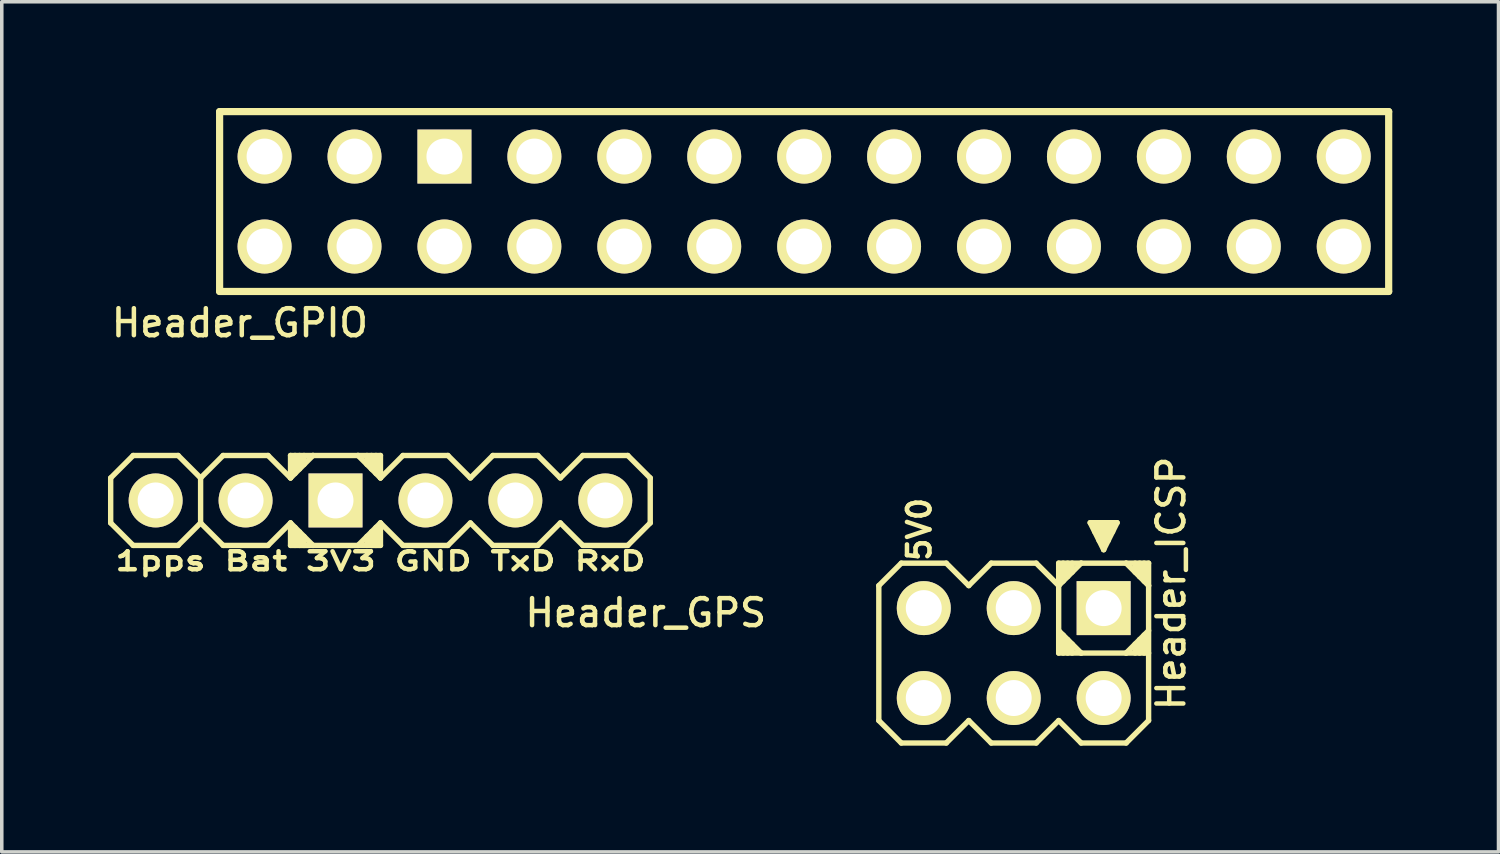
<source format=kicad_pcb>
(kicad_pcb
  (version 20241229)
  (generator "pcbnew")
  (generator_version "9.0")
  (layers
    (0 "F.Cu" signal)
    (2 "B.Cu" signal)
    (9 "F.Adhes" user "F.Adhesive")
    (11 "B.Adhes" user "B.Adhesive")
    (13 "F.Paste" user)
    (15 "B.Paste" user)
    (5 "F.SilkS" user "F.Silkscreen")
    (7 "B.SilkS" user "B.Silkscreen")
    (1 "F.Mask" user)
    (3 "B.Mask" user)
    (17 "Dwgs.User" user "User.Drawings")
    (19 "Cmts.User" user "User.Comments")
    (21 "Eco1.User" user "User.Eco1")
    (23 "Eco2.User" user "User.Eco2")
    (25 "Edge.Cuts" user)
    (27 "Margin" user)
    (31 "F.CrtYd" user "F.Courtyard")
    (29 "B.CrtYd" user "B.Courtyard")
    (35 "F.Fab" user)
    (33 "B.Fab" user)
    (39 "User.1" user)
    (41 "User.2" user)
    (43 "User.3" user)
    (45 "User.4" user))
  (footprint "Header_GPS"
    (layer "F.Cu")
    (at 7.696 11.085)
    (property "Reference" "Header_GPS" (at 7.493 3.175 0) (layer "F.SilkS") (effects (font (size 0.762 0.762) (thickness 0.127))))
    (attr smd)
    (fp_line (start -7.62 -0.635) (end -7.62 0.635) (stroke (width 0.152) (type solid)) (layer "F.SilkS"))
    (fp_line (start -7.62 0.635) (end -6.985 1.27) (stroke (width 0.152) (type solid)) (layer "F.SilkS"))
    (fp_line (start -6.985 -1.27) (end -7.62 -0.635) (stroke (width 0.152) (type solid)) (layer "F.SilkS"))
    (fp_line (start -6.985 1.27) (end -5.715 1.27) (stroke (width 0.152) (type solid)) (layer "F.SilkS"))
    (fp_line (start -5.715 -1.27) (end -6.985 -1.27) (stroke (width 0.152) (type solid)) (layer "F.SilkS"))
    (fp_line (start -5.715 1.27) (end -5.08 0.635) (stroke (width 0.152) (type solid)) (layer "F.SilkS"))
    (fp_line (start -5.08 -0.635) (end -5.715 -1.27) (stroke (width 0.152) (type solid)) (layer "F.SilkS"))
    (fp_line (start -5.08 -0.635) (end -5.08 0.635) (stroke (width 0.152) (type solid)) (layer "F.SilkS"))
    (fp_line (start -5.08 0.635) (end -4.445 1.27) (stroke (width 0.152) (type solid)) (layer "F.SilkS"))
    (fp_line (start -4.445 -1.27) (end -5.08 -0.635) (stroke (width 0.152) (type solid)) (layer "F.SilkS"))
    (fp_line (start -4.445 1.27) (end -3.175 1.27) (stroke (width 0.152) (type solid)) (layer "F.SilkS"))
    (fp_line (start -3.175 -1.27) (end -4.445 -1.27) (stroke (width 0.152) (type solid)) (layer "F.SilkS"))
    (fp_line (start -3.175 1.27) (end -2.54 0.635) (stroke (width 0.152) (type solid)) (layer "F.SilkS"))
    (fp_line (start -2.54 -1.27) (end -1.905 -1.27) (stroke (width 0.152) (type solid)) (layer "F.SilkS"))
    (fp_line (start -2.54 -0.635) (end -3.175 -1.27) (stroke (width 0.152) (type solid)) (layer "F.SilkS"))
    (fp_line (start -2.54 -0.635) (end -2.54 -1.27) (stroke (width 0.152) (type solid)) (layer "F.SilkS"))
    (fp_line (start -2.54 0.635) (end -2.54 1.27) (stroke (width 0.152) (type solid)) (layer "F.SilkS"))
    (fp_line (start -2.54 0.635) (end -1.905 1.27) (stroke (width 0.152) (type solid)) (layer "F.SilkS"))
    (fp_line (start -2.54 1.27) (end -1.905 1.27) (stroke (width 0.152) (type solid)) (layer "F.SilkS"))
    (fp_line (start -2.413 -1.27) (end -2.413 -0.762) (stroke (width 0.152) (type solid)) (layer "F.SilkS"))
    (fp_line (start -2.413 1.27) (end -2.413 0.762) (stroke (width 0.152) (type solid)) (layer "F.SilkS"))
    (fp_line (start -2.286 -1.27) (end -2.286 -0.889) (stroke (width 0.152) (type solid)) (layer "F.SilkS"))
    (fp_line (start -2.286 1.27) (end -2.286 0.889) (stroke (width 0.152) (type solid)) (layer "F.SilkS"))
    (fp_line (start -2.159 -1.27) (end -2.159 -1.016) (stroke (width 0.152) (type solid)) (layer "F.SilkS"))
    (fp_line (start -2.159 1.27) (end -2.159 1.016) (stroke (width 0.152) (type solid)) (layer "F.SilkS"))
    (fp_line (start -1.905 -1.27) (end -2.54 -0.635) (stroke (width 0.152) (type solid)) (layer "F.SilkS"))
    (fp_line (start -1.905 1.27) (end -0.635 1.27) (stroke (width 0.152) (type solid)) (layer "F.SilkS"))
    (fp_line (start -0.635 -1.27) (end -1.905 -1.27) (stroke (width 0.152) (type solid)) (layer "F.SilkS"))
    (fp_line (start -0.635 -1.27) (end 0 -1.27) (stroke (width 0.152) (type solid)) (layer "F.SilkS"))
    (fp_line (start -0.635 1.27) (end 0 0.635) (stroke (width 0.152) (type solid)) (layer "F.SilkS"))
    (fp_line (start -0.381 -1.27) (end -0.381 -1.016) (stroke (width 0.152) (type solid)) (layer "F.SilkS"))
    (fp_line (start -0.381 1.27) (end -0.381 1.016) (stroke (width 0.152) (type solid)) (layer "F.SilkS"))
    (fp_line (start -0.254 -1.27) (end -0.254 -0.889) (stroke (width 0.152) (type solid)) (layer "F.SilkS"))
    (fp_line (start -0.254 1.27) (end -0.254 0.889) (stroke (width 0.152) (type solid)) (layer "F.SilkS"))
    (fp_line (start -0.127 -1.27) (end -0.127 -0.762) (stroke (width 0.152) (type solid)) (layer "F.SilkS"))
    (fp_line (start -0.127 1.27) (end -0.127 0.762) (stroke (width 0.152) (type solid)) (layer "F.SilkS"))
    (fp_line (start 0 -1.27) (end 0 -0.635) (stroke (width 0.152) (type solid)) (layer "F.SilkS"))
    (fp_line (start 0 -0.635) (end -0.635 -1.27) (stroke (width 0.152) (type solid)) (layer "F.SilkS"))
    (fp_line (start 0 0.635) (end 0 1.27) (stroke (width 0.152) (type solid)) (layer "F.SilkS"))
    (fp_line (start 0 0.635) (end 0.635 1.27) (stroke (width 0.152) (type solid)) (layer "F.SilkS"))
    (fp_line (start 0 1.27) (end -0.635 1.27) (stroke (width 0.152) (type solid)) (layer "F.SilkS"))
    (fp_line (start 0.635 -1.27) (end 0 -0.635) (stroke (width 0.152) (type solid)) (layer "F.SilkS"))
    (fp_line (start 0.635 1.27) (end 1.905 1.27) (stroke (width 0.152) (type solid)) (layer "F.SilkS"))
    (fp_line (start 1.905 -1.27) (end 0.635 -1.27) (stroke (width 0.152) (type solid)) (layer "F.SilkS"))
    (fp_line (start 1.905 1.27) (end 2.54 0.635) (stroke (width 0.152) (type solid)) (layer "F.SilkS"))
    (fp_line (start 2.54 -0.635) (end 1.905 -1.27) (stroke (width 0.152) (type solid)) (layer "F.SilkS"))
    (fp_line (start 2.54 0.635) (end 3.175 1.27) (stroke (width 0.152) (type solid)) (layer "F.SilkS"))
    (fp_line (start 3.175 -1.27) (end 2.54 -0.635) (stroke (width 0.152) (type solid)) (layer "F.SilkS"))
    (fp_line (start 3.175 1.27) (end 4.445 1.27) (stroke (width 0.152) (type solid)) (layer "F.SilkS"))
    (fp_line (start 4.445 -1.27) (end 3.175 -1.27) (stroke (width 0.152) (type solid)) (layer "F.SilkS"))
    (fp_line (start 4.445 1.27) (end 5.08 0.635) (stroke (width 0.152) (type solid)) (layer "F.SilkS"))
    (fp_line (start 5.08 -0.635) (end 4.445 -1.27) (stroke (width 0.152) (type solid)) (layer "F.SilkS"))
    (fp_line (start 5.08 0.635) (end 5.715 1.27) (stroke (width 0.152) (type solid)) (layer "F.SilkS"))
    (fp_line (start 5.715 -1.27) (end 5.08 -0.635) (stroke (width 0.152) (type solid)) (layer "F.SilkS"))
    (fp_line (start 5.715 1.27) (end 6.985 1.27) (stroke (width 0.152) (type solid)) (layer "F.SilkS"))
    (fp_line (start 6.985 -1.27) (end 5.715 -1.27) (stroke (width 0.152) (type solid)) (layer "F.SilkS"))
    (fp_line (start 6.985 1.27) (end 7.62 0.635) (stroke (width 0.152) (type solid)) (layer "F.SilkS"))
    (fp_line (start 7.62 -0.635) (end 6.985 -1.27) (stroke (width 0.152) (type solid)) (layer "F.SilkS"))
    (fp_line (start 7.62 0.635) (end 7.62 -0.635) (stroke (width 0.152) (type solid)) (layer "F.SilkS"))
    (fp_text user "1pps Bat 3V3 GND TxD RxD" (at 0 1.714 0) (layer "F.SilkS") (effects (font (size 0.508 0.711) (thickness 0.127))))
    (pad "1" thru_hole circle (at -6.35 0) (size 1.524 1.524) (drill 1.016) (layers "*.Cu" "*.Mask" "F.SilkS"))
    (pad "2" thru_hole circle (at -3.81 0) (size 1.524 1.524) (drill 1.016) (layers "*.Cu" "*.Mask" "F.SilkS"))
    (pad "3" thru_hole rect (at -1.27 0) (size 1.524 1.524) (drill 1.016) (layers "*.Cu" "*.Mask" "F.SilkS"))
    (pad "4" thru_hole circle (at 1.27 0) (size 1.524 1.524) (drill 1.016) (layers "*.Cu" "*.Mask" "F.SilkS"))
    (pad "5" thru_hole circle (at 3.81 0) (size 1.524 1.524) (drill 1.016) (layers "*.Cu" "*.Mask" "F.SilkS"))
    (pad "6" thru_hole circle (at 6.35 0) (size 1.524 1.524) (drill 1.016) (layers "*.Cu" "*.Mask" "F.SilkS")))
  (footprint "Header_GPIO"
    (layer "F.Cu")
    (at 19.663 2.642)
    (property "Reference" "Header_GPIO" (at -15.938 3.429 0) (layer "F.SilkS") (effects (font (size 0.762 0.762) (thickness 0.127))))
    (attr smd)
    (fp_line (start -16.51 -2.54) (end -16.51 2.54) (stroke (width 0.203) (type solid)) (layer "F.SilkS"))
    (fp_line (start -16.51 2.54) (end 16.51 2.54) (stroke (width 0.203) (type solid)) (layer "F.SilkS"))
    (fp_line (start 16.51 -2.54) (end -16.51 -2.54) (stroke (width 0.203) (type solid)) (layer "F.SilkS"))
    (fp_line (start 16.51 2.54) (end 16.51 -2.54) (stroke (width 0.203) (type solid)) (layer "F.SilkS"))
    (pad "1" thru_hole circle (at -15.24 1.27) (size 1.524 1.524) (drill 1.016) (layers "*.Cu" "*.Mask" "F.SilkS"))
    (pad "2" thru_hole circle (at -15.24 -1.27) (size 1.524 1.524) (drill 1.016) (layers "*.Cu" "*.Mask" "F.SilkS"))
    (pad "3" thru_hole circle (at -12.7 1.27) (size 1.524 1.524) (drill 1.016) (layers "*.Cu" "*.Mask" "F.SilkS"))
    (pad "4" thru_hole circle (at -12.7 -1.27) (size 1.524 1.524) (drill 1.016) (layers "*.Cu" "*.Mask" "F.SilkS"))
    (pad "5" thru_hole circle (at -10.16 1.27) (size 1.524 1.524) (drill 1.016) (layers "*.Cu" "*.Mask" "F.SilkS"))
    (pad "6" thru_hole rect (at -10.16 -1.27) (size 1.524 1.524) (drill 1.016) (layers "*.Cu" "*.Mask" "F.SilkS"))
    (pad "7" thru_hole circle (at -7.62 1.27) (size 1.524 1.524) (drill 1.016) (layers "*.Cu" "*.Mask" "F.SilkS"))
    (pad "8" thru_hole circle (at -7.62 -1.27) (size 1.524 1.524) (drill 1.016) (layers "*.Cu" "*.Mask" "F.SilkS"))
    (pad "9" thru_hole circle (at -5.08 1.27) (size 1.524 1.524) (drill 1.016) (layers "*.Cu" "*.Mask" "F.SilkS"))
    (pad "10" thru_hole circle (at -5.08 -1.27) (size 1.524 1.524) (drill 1.016) (layers "*.Cu" "*.Mask" "F.SilkS"))
    (pad "11" thru_hole circle (at -2.54 1.27) (size 1.524 1.524) (drill 1.016) (layers "*.Cu" "*.Mask" "F.SilkS"))
    (pad "12" thru_hole circle (at -2.54 -1.27) (size 1.524 1.524) (drill 1.016) (layers "*.Cu" "*.Mask" "F.SilkS"))
    (pad "13" thru_hole circle (at 0 1.27) (size 1.524 1.524) (drill 1.016) (layers "*.Cu" "*.Mask" "F.SilkS"))
    (pad "14" thru_hole circle (at 0 -1.27) (size 1.524 1.524) (drill 1.016) (layers "*.Cu" "*.Mask" "F.SilkS"))
    (pad "15" thru_hole circle (at 2.54 1.27) (size 1.524 1.524) (drill 1.016) (layers "*.Cu" "*.Mask" "F.SilkS"))
    (pad "16" thru_hole circle (at 2.54 -1.27) (size 1.524 1.524) (drill 1.016) (layers "*.Cu" "*.Mask" "F.SilkS"))
    (pad "17" thru_hole circle (at 5.08 1.27) (size 1.524 1.524) (drill 1.016) (layers "*.Cu" "*.Mask" "F.SilkS"))
    (pad "18" thru_hole circle (at 5.08 -1.27) (size 1.524 1.524) (drill 1.016) (layers "*.Cu" "*.Mask" "F.SilkS"))
    (pad "19" thru_hole circle (at 7.62 1.27) (size 1.524 1.524) (drill 1.016) (layers "*.Cu" "*.Mask" "F.SilkS"))
    (pad "20" thru_hole circle (at 7.62 -1.27) (size 1.524 1.524) (drill 1.016) (layers "*.Cu" "*.Mask" "F.SilkS"))
    (pad "21" thru_hole circle (at 10.16 1.27) (size 1.524 1.524) (drill 1.016) (layers "*.Cu" "*.Mask" "F.SilkS"))
    (pad "22" thru_hole circle (at 10.16 -1.27) (size 1.524 1.524) (drill 1.016) (layers "*.Cu" "*.Mask" "F.SilkS"))
    (pad "23" thru_hole circle (at 12.7 1.27) (size 1.524 1.524) (drill 1.016) (layers "*.Cu" "*.Mask" "F.SilkS"))
    (pad "24" thru_hole circle (at 12.7 -1.27) (size 1.524 1.524) (drill 1.016) (layers "*.Cu" "*.Mask" "F.SilkS"))
    (pad "25" thru_hole circle (at 15.24 1.27) (size 1.524 1.524) (drill 1.016) (layers "*.Cu" "*.Mask" "F.SilkS"))
    (pad "26" thru_hole circle (at 15.24 -1.27) (size 1.524 1.524) (drill 1.016) (layers "*.Cu" "*.Mask" "F.SilkS")))
  (footprint "Header_ICSP"
    (layer "F.Cu")
    (at 25.582 15.396)
    (property "Reference" "Header_ICSP" (at 4.445 -1.968 90) (layer "F.SilkS") (effects (font (size 0.762 0.762) (thickness 0.127))))
    (attr smd)
    (fp_line (start -3.81 -1.905) (end -3.175 -2.54) (stroke (width 0.152) (type solid)) (layer "F.SilkS"))
    (fp_line (start -3.81 1.905) (end -3.81 -1.905) (stroke (width 0.152) (type solid)) (layer "F.SilkS"))
    (fp_line (start -3.175 -2.54) (end -1.905 -2.54) (stroke (width 0.152) (type solid)) (layer "F.SilkS"))
    (fp_line (start -3.175 2.54) (end -3.81 1.905) (stroke (width 0.152) (type solid)) (layer "F.SilkS"))
    (fp_line (start -1.905 -2.54) (end -1.27 -1.905) (stroke (width 0.152) (type solid)) (layer "F.SilkS"))
    (fp_line (start -1.905 2.54) (end -3.175 2.54) (stroke (width 0.152) (type solid)) (layer "F.SilkS"))
    (fp_line (start -1.27 -1.905) (end -0.635 -2.54) (stroke (width 0.152) (type solid)) (layer "F.SilkS"))
    (fp_line (start -1.27 1.905) (end -1.905 2.54) (stroke (width 0.152) (type solid)) (layer "F.SilkS"))
    (fp_line (start -0.635 -2.54) (end 0.635 -2.54) (stroke (width 0.152) (type solid)) (layer "F.SilkS"))
    (fp_line (start -0.635 2.54) (end -1.27 1.905) (stroke (width 0.152) (type solid)) (layer "F.SilkS"))
    (fp_line (start 0.635 -2.54) (end 1.27 -1.905) (stroke (width 0.152) (type solid)) (layer "F.SilkS"))
    (fp_line (start 0.635 2.54) (end -0.635 2.54) (stroke (width 0.152) (type solid)) (layer "F.SilkS"))
    (fp_line (start 1.27 -2.54) (end 1.905 -2.54) (stroke (width 0.152) (type solid)) (layer "F.SilkS"))
    (fp_line (start 1.27 -1.905) (end 1.27 -2.54) (stroke (width 0.152) (type solid)) (layer "F.SilkS"))
    (fp_line (start 1.27 -1.905) (end 1.905 -2.54) (stroke (width 0.152) (type solid)) (layer "F.SilkS"))
    (fp_line (start 1.27 -0.635) (end 1.27 -1.905) (stroke (width 0.152) (type solid)) (layer "F.SilkS"))
    (fp_line (start 1.27 -0.635) (end 1.905 0) (stroke (width 0.152) (type solid)) (layer "F.SilkS"))
    (fp_line (start 1.27 0) (end 1.27 -0.635) (stroke (width 0.152) (type solid)) (layer "F.SilkS"))
    (fp_line (start 1.27 0) (end 1.905 0) (stroke (width 0.152) (type solid)) (layer "F.SilkS"))
    (fp_line (start 1.27 1.905) (end 0.635 2.54) (stroke (width 0.152) (type solid)) (layer "F.SilkS"))
    (fp_line (start 1.397 -2.54) (end 1.397 -2.032) (stroke (width 0.152) (type solid)) (layer "F.SilkS"))
    (fp_line (start 1.397 0) (end 1.397 -0.508) (stroke (width 0.152) (type solid)) (layer "F.SilkS"))
    (fp_line (start 1.524 -2.54) (end 1.524 -2.159) (stroke (width 0.152) (type solid)) (layer "F.SilkS"))
    (fp_line (start 1.524 0) (end 1.524 -0.381) (stroke (width 0.152) (type solid)) (layer "F.SilkS"))
    (fp_line (start 1.651 -2.54) (end 1.651 -2.286) (stroke (width 0.152) (type solid)) (layer "F.SilkS"))
    (fp_line (start 1.651 0) (end 1.651 -0.254) (stroke (width 0.152) (type solid)) (layer "F.SilkS"))
    (fp_line (start 1.905 -2.54) (end 3.175 -2.54) (stroke (width 0.152) (type solid)) (layer "F.SilkS"))
    (fp_line (start 1.905 0) (end 3.175 0) (stroke (width 0.152) (type solid)) (layer "F.SilkS"))
    (fp_line (start 1.905 2.54) (end 1.27 1.905) (stroke (width 0.152) (type solid)) (layer "F.SilkS"))
    (fp_line (start 2.159 -3.683) (end 2.54 -2.921) (stroke (width 0.152) (type solid)) (layer "F.SilkS"))
    (fp_line (start 2.286 -3.683) (end 2.286 -3.429) (stroke (width 0.152) (type solid)) (layer "F.SilkS"))
    (fp_line (start 2.413 -3.683) (end 2.413 -3.175) (stroke (width 0.152) (type solid)) (layer "F.SilkS"))
    (fp_line (start 2.54 -2.921) (end 2.54 -3.683) (stroke (width 0.152) (type solid)) (layer "F.SilkS"))
    (fp_line (start 2.54 -2.921) (end 2.921 -3.683) (stroke (width 0.152) (type solid)) (layer "F.SilkS"))
    (fp_line (start 2.667 -3.683) (end 2.667 -3.175) (stroke (width 0.152) (type solid)) (layer "F.SilkS"))
    (fp_line (start 2.794 -3.683) (end 2.794 -3.429) (stroke (width 0.152) (type solid)) (layer "F.SilkS"))
    (fp_line (start 2.921 -3.683) (end 2.159 -3.683) (stroke (width 0.152) (type solid)) (layer "F.SilkS"))
    (fp_line (start 3.175 -2.54) (end 3.81 -2.54) (stroke (width 0.152) (type solid)) (layer "F.SilkS"))
    (fp_line (start 3.175 -2.54) (end 3.81 -1.905) (stroke (width 0.152) (type solid)) (layer "F.SilkS"))
    (fp_line (start 3.175 0) (end 3.81 -0.635) (stroke (width 0.152) (type solid)) (layer "F.SilkS"))
    (fp_line (start 3.175 0) (end 3.81 0) (stroke (width 0.152) (type solid)) (layer "F.SilkS"))
    (fp_line (start 3.175 2.54) (end 1.905 2.54) (stroke (width 0.152) (type solid)) (layer "F.SilkS"))
    (fp_line (start 3.429 -2.54) (end 3.429 -2.286) (stroke (width 0.152) (type solid)) (layer "F.SilkS"))
    (fp_line (start 3.429 0) (end 3.429 -0.254) (stroke (width 0.152) (type solid)) (layer "F.SilkS"))
    (fp_line (start 3.556 -2.54) (end 3.556 -2.159) (stroke (width 0.152) (type solid)) (layer "F.SilkS"))
    (fp_line (start 3.556 0) (end 3.556 -0.381) (stroke (width 0.152) (type solid)) (layer "F.SilkS"))
    (fp_line (start 3.683 -2.54) (end 3.683 -2.032) (stroke (width 0.152) (type solid)) (layer "F.SilkS"))
    (fp_line (start 3.683 0) (end 3.683 -0.508) (stroke (width 0.152) (type solid)) (layer "F.SilkS"))
    (fp_line (start 3.81 -2.54) (end 3.81 -1.905) (stroke (width 0.152) (type solid)) (layer "F.SilkS"))
    (fp_line (start 3.81 -1.905) (end 3.81 1.905) (stroke (width 0.152) (type solid)) (layer "F.SilkS"))
    (fp_line (start 3.81 1.905) (end 3.175 2.54) (stroke (width 0.152) (type solid)) (layer "F.SilkS"))
    (fp_text user "5V0" (at -2.667 -3.493 90) (layer "F.SilkS") (effects (font (size 0.635 0.635) (thickness 0.127))))
    (pad "1" thru_hole circle (at -2.54 1.27) (size 1.524 1.524) (drill 1.016) (layers "*.Cu" "*.Mask" "F.SilkS"))
    (pad "2" thru_hole circle (at -2.54 -1.27) (size 1.524 1.524) (drill 1.016) (layers "*.Cu" "*.Mask" "F.SilkS"))
    (pad "3" thru_hole circle (at 0 1.27) (size 1.524 1.524) (drill 1.016) (layers "*.Cu" "*.Mask" "F.SilkS"))
    (pad "4" thru_hole circle (at 0 -1.27) (size 1.524 1.524) (drill 1.016) (layers "*.Cu" "*.Mask" "F.SilkS"))
    (pad "5" thru_hole circle (at 2.54 1.27) (size 1.524 1.524) (drill 1.016) (layers "*.Cu" "*.Mask" "F.SilkS"))
    (pad "6" thru_hole rect (at 2.54 -1.27) (size 1.524 1.524) (drill 1.016) (layers "*.Cu" "*.Mask" "F.SilkS")))
  (gr_rect
    (start -3 -3)
    (end 39.275 21.012)
    (stroke (width 0.1) (type default))
    (fill no)
    (layer "Edge.Cuts")))
</source>
